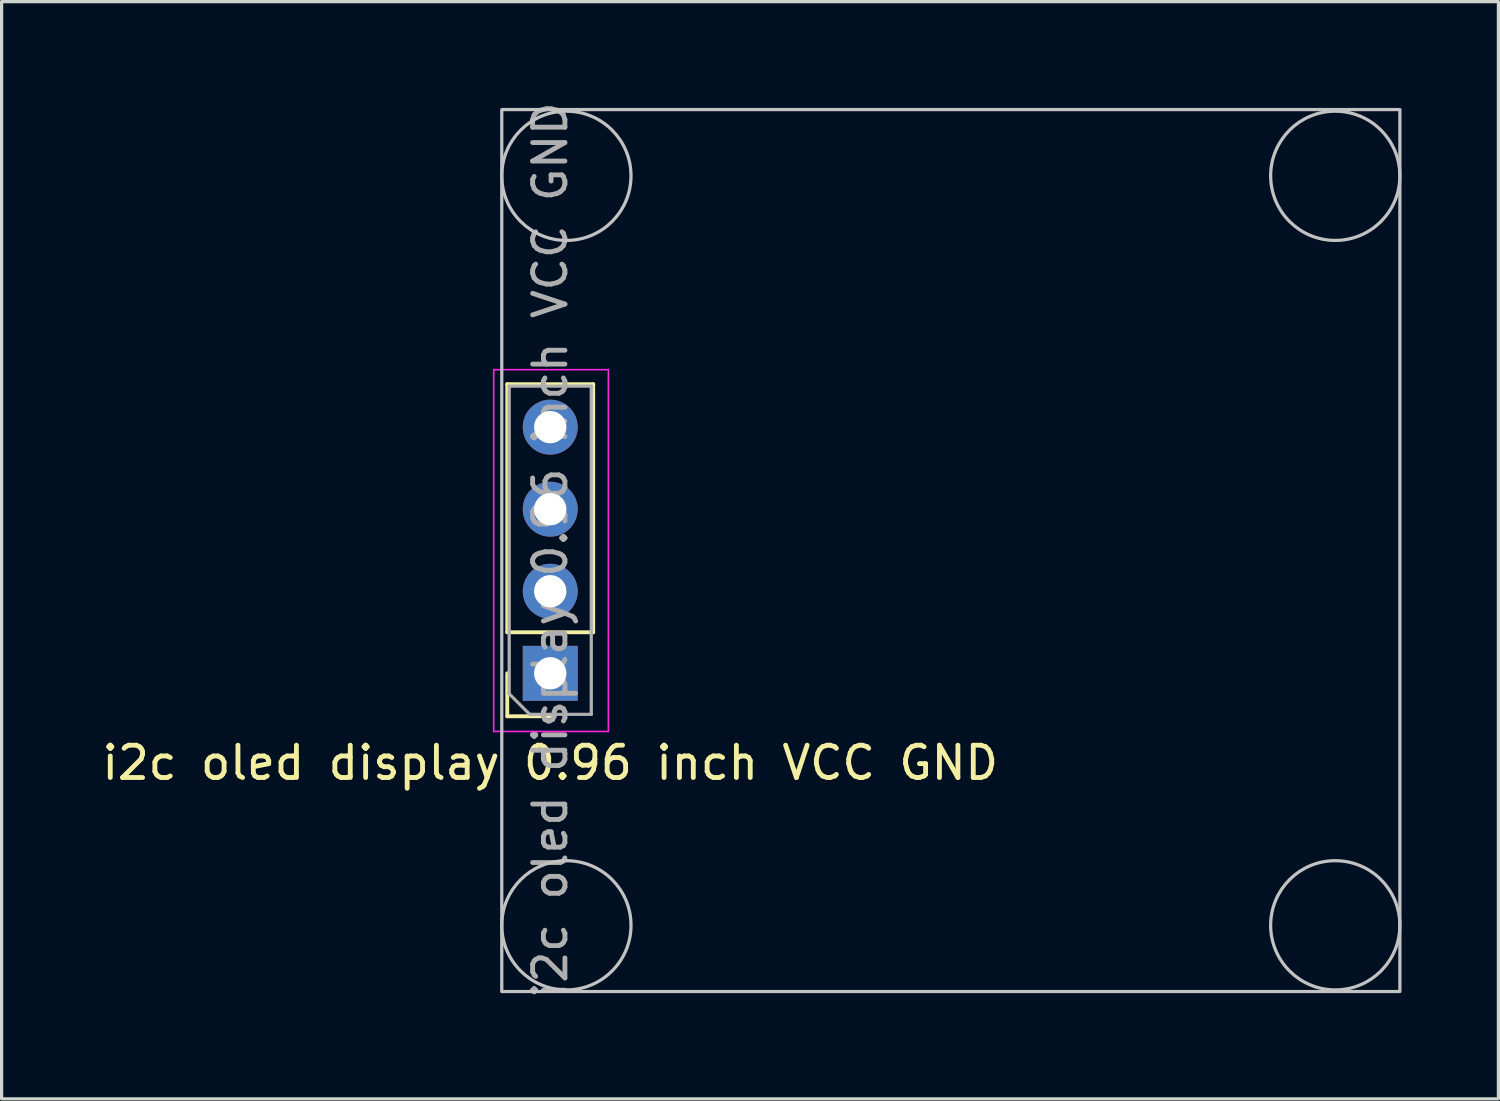
<source format=kicad_pcb>
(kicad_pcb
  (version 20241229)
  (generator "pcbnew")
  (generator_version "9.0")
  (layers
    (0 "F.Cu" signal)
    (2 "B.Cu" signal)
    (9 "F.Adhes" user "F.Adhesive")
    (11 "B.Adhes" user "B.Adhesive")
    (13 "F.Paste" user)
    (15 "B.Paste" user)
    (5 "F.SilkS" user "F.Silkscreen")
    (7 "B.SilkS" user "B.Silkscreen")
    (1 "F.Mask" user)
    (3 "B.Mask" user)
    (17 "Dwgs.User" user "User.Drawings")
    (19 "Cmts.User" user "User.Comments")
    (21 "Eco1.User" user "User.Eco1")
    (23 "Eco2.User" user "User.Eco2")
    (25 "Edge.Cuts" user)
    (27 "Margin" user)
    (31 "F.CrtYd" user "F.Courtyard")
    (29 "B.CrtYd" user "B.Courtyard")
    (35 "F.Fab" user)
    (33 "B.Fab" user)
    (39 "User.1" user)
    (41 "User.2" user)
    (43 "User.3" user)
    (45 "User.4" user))
  (footprint "i2c oled display 0.96 inch VCC GND"
    (layer "F.Cu")
    (at 13.982 10.172)
    (property "Reference" "i2c oled display 0.96 inch VCC GND" (at 0 10.39 180) (layer "F.SilkS") (effects (font (size 1 1) (thickness 0.15))))
    (attr through_hole)
    (fp_line (start -1.33 6.35) (end -1.33 -1.33) (stroke (width 0.12) (type solid)) (layer "F.SilkS"))
    (fp_line (start -1.33 8.95) (end -1.33 7.62) (stroke (width 0.12) (type solid)) (layer "F.SilkS"))
    (fp_line (start 0 8.95) (end -1.33 8.95) (stroke (width 0.12) (type solid)) (layer "F.SilkS"))
    (fp_line (start 1.33 -1.33) (end -1.33 -1.33) (stroke (width 0.12) (type solid)) (layer "F.SilkS"))
    (fp_line (start 1.33 6.35) (end -1.33 6.35) (stroke (width 0.12) (type solid)) (layer "F.SilkS"))
    (fp_line (start 1.33 6.35) (end 1.33 -1.33) (stroke (width 0.12) (type solid)) (layer "F.SilkS"))
    (fp_rect (start -1.5 -9.83) (end 26.3 17.47) (stroke (width 0.1) (type solid)) (fill no) (layer "Dwgs.User"))
    (fp_circle (center 0.5 -7.78) (end 0.5 -9.78) (stroke (width 0.1) (type default)) (fill no) (layer "Dwgs.User"))
    (fp_circle (center 0.5 15.42) (end 0.5 13.42) (stroke (width 0.1) (type default)) (fill no) (layer "Dwgs.User"))
    (fp_circle (center 24.3 -7.78) (end 24.3 -9.78) (stroke (width 0.1) (type default)) (fill no) (layer "Dwgs.User"))
    (fp_circle (center 24.3 15.42) (end 24.3 13.42) (stroke (width 0.1) (type default)) (fill no) (layer "Dwgs.User"))
    (fp_line (start -1.75 -1.78) (end 1.8 -1.78) (stroke (width 0.05) (type solid)) (layer "F.CrtYd"))
    (fp_line (start -1.75 9.42) (end -1.75 -1.78) (stroke (width 0.05) (type solid)) (layer "F.CrtYd"))
    (fp_line (start 1.8 -1.78) (end 1.8 9.42) (stroke (width 0.05) (type solid)) (layer "F.CrtYd"))
    (fp_line (start 1.8 9.42) (end -1.75 9.42) (stroke (width 0.05) (type solid)) (layer "F.CrtYd"))
    (fp_line (start -1.27 -1.27) (end 1.27 -1.27) (stroke (width 0.1) (type solid)) (layer "F.Fab"))
    (fp_line (start -1.27 8.255) (end -1.27 -1.27) (stroke (width 0.1) (type solid)) (layer "F.Fab"))
    (fp_line (start -0.635 8.89) (end -1.27 8.255) (stroke (width 0.1) (type solid)) (layer "F.Fab"))
    (fp_line (start 1.27 -1.27) (end 1.27 8.89) (stroke (width 0.1) (type solid)) (layer "F.Fab"))
    (fp_line (start 1.27 8.89) (end -0.635 8.89) (stroke (width 0.1) (type solid)) (layer "F.Fab"))
    (fp_text user "${REFERENCE}" (at 0 3.81 270) (layer "F.Fab") (effects (font (size 1 1) (thickness 0.15))))
    (pad "1" thru_hole rect (at 0 7.62 180) (size 1.7 1.7) (drill 1) (layers "*.Cu" "*.Mask"))
    (pad "2" thru_hole circle (at 0 5.08 180) (size 1.7 1.7) (drill 1) (layers "*.Cu" "*.Mask"))
    (pad "3" thru_hole circle (at 0 2.54 180) (size 1.7 1.7) (drill 1) (layers "*.Cu" "*.Mask"))
    (pad "4" thru_hole circle (at 0 0 180) (size 1.7 1.7) (drill 1) (layers "*.Cu" "*.Mask")))
  (gr_rect
    (start -3 -3)
    (end 43.332 30.964)
    (stroke (width 0.1) (type default))
    (fill no)
    (layer "Edge.Cuts")))
</source>
